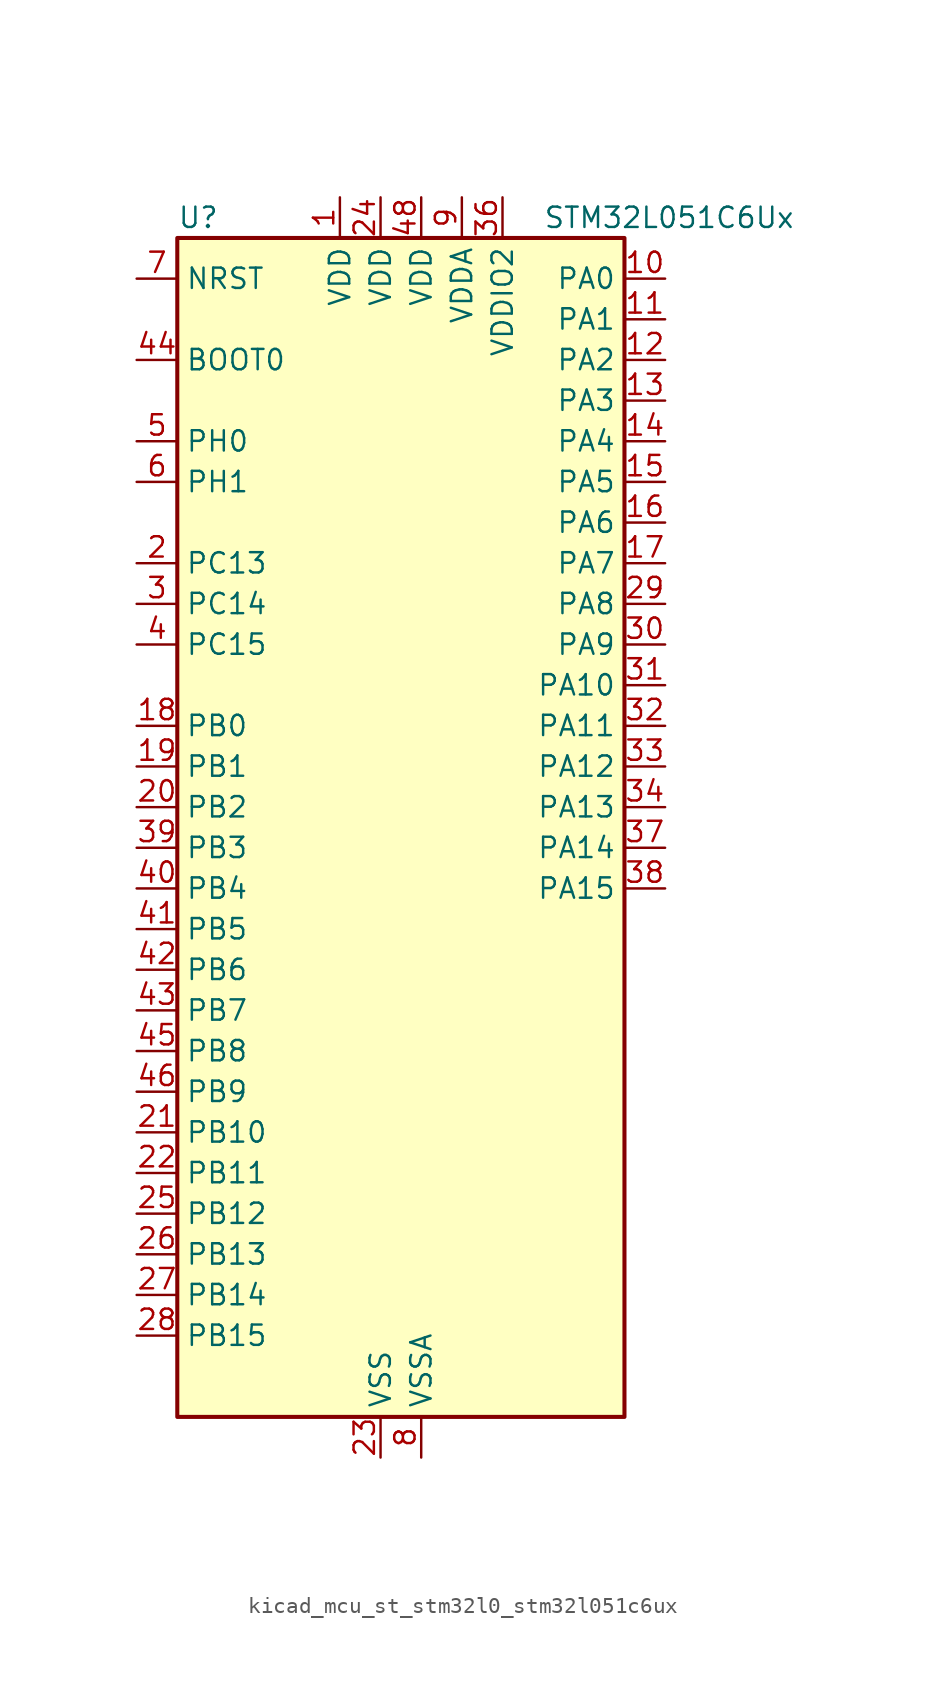
<source format=kicad_sym>
(kicad_symbol_lib
  (version 20220914)
  (generator kicad_symbol_editor)
  (symbol "kicad_mcu_st_stm32l0_stm32l051c6ux"
    (property "Reference" "U"
      (at -12.7 39.37 0)
      (effects (font (size 1.27 1.27)) (justify left)))
    (property "Value" "STM32L051C6Ux"
      (at 10.16 39.37 0)
      (effects (font (size 1.27 1.27)) (justify left)))
    (property "ki_locked" ""
      (at 0 0 0)
      (effects (font (size 1.27 1.27))))
    (symbol "kicad_mcu_st_stm32l0_stm32l051c6ux_0_1"
      (rectangle (start -12.7 -35.56) (end 15.24 38.1) (stroke (width 0.254) (type default)) (fill (type background))))
    (symbol "kicad_mcu_st_stm32l0_stm32l051c6ux_1_1"
      (pin power_in line (at -2.54 40.64 270) (length 2.54) (name "VDD" (effects (font (size 1.27 1.27)))) (number "1" (effects (font (size 1.27 1.27)))))
      (pin bidirectional line (at 17.78 35.56 180) (length 2.54) (name "PA0" (effects (font (size 1.27 1.27)))) (number "10" (effects (font (size 1.27 1.27)))) (alternate "ADC_IN0" bidirectional line) (alternate "COMP1_INM" bidirectional line) (alternate "COMP1_OUT" bidirectional line) (alternate "RTC_TAMP2" bidirectional line) (alternate "SYS_WKUP1" bidirectional line) (alternate "TIM2_CH1" bidirectional line) (alternate "TIM2_ETR" bidirectional line) (alternate "USART2_CTS" bidirectional line))
      (pin bidirectional line (at 17.78 33.02 180) (length 2.54) (name "PA1" (effects (font (size 1.27 1.27)))) (number "11" (effects (font (size 1.27 1.27)))) (alternate "ADC_IN1" bidirectional line) (alternate "COMP1_INP" bidirectional line) (alternate "TIM21_ETR" bidirectional line) (alternate "TIM2_CH2" bidirectional line) (alternate "USART2_DE" bidirectional line) (alternate "USART2_RTS" bidirectional line))
      (pin bidirectional line (at 17.78 30.48 180) (length 2.54) (name "PA2" (effects (font (size 1.27 1.27)))) (number "12" (effects (font (size 1.27 1.27)))) (alternate "ADC_IN2" bidirectional line) (alternate "COMP2_INM" bidirectional line) (alternate "COMP2_OUT" bidirectional line) (alternate "TIM21_CH1" bidirectional line) (alternate "TIM2_CH3" bidirectional line) (alternate "USART2_TX" bidirectional line))
      (pin bidirectional line (at 17.78 27.94 180) (length 2.54) (name "PA3" (effects (font (size 1.27 1.27)))) (number "13" (effects (font (size 1.27 1.27)))) (alternate "ADC_IN3" bidirectional line) (alternate "COMP2_INP" bidirectional line) (alternate "TIM21_CH2" bidirectional line) (alternate "TIM2_CH4" bidirectional line) (alternate "USART2_RX" bidirectional line))
      (pin bidirectional line (at 17.78 25.4 180) (length 2.54) (name "PA4" (effects (font (size 1.27 1.27)))) (number "14" (effects (font (size 1.27 1.27)))) (alternate "ADC_IN4" bidirectional line) (alternate "COMP1_INM" bidirectional line) (alternate "COMP2_INM" bidirectional line) (alternate "SPI1_NSS" bidirectional line) (alternate "TIM22_ETR" bidirectional line) (alternate "USART2_CK" bidirectional line))
      (pin bidirectional line (at 17.78 22.86 180) (length 2.54) (name "PA5" (effects (font (size 1.27 1.27)))) (number "15" (effects (font (size 1.27 1.27)))) (alternate "ADC_IN5" bidirectional line) (alternate "COMP1_INM" bidirectional line) (alternate "COMP2_INM" bidirectional line) (alternate "SPI1_SCK" bidirectional line) (alternate "TIM2_CH1" bidirectional line) (alternate "TIM2_ETR" bidirectional line))
      (pin bidirectional line (at 17.78 20.32 180) (length 2.54) (name "PA6" (effects (font (size 1.27 1.27)))) (number "16" (effects (font (size 1.27 1.27)))) (alternate "ADC_IN6" bidirectional line) (alternate "COMP1_OUT" bidirectional line) (alternate "LPUART1_CTS" bidirectional line) (alternate "SPI1_MISO" bidirectional line) (alternate "TIM22_CH1" bidirectional line))
      (pin bidirectional line (at 17.78 17.78 180) (length 2.54) (name "PA7" (effects (font (size 1.27 1.27)))) (number "17" (effects (font (size 1.27 1.27)))) (alternate "ADC_IN7" bidirectional line) (alternate "COMP2_OUT" bidirectional line) (alternate "SPI1_MOSI" bidirectional line) (alternate "TIM22_CH2" bidirectional line))
      (pin bidirectional line (at -15.24 7.62 0) (length 2.54) (name "PB0" (effects (font (size 1.27 1.27)))) (number "18" (effects (font (size 1.27 1.27)))) (alternate "ADC_IN8" bidirectional line) (alternate "SYS_VREF_OUT_PB0" bidirectional line))
      (pin bidirectional line (at -15.24 5.08 0) (length 2.54) (name "PB1" (effects (font (size 1.27 1.27)))) (number "19" (effects (font (size 1.27 1.27)))) (alternate "ADC_IN9" bidirectional line) (alternate "LPUART1_DE" bidirectional line) (alternate "LPUART1_RTS" bidirectional line) (alternate "SYS_VREF_OUT_PB1" bidirectional line))
      (pin bidirectional line (at -15.24 17.78 0) (length 2.54) (name "PC13" (effects (font (size 1.27 1.27)))) (number "2" (effects (font (size 1.27 1.27)))) (alternate "RTC_OUT_ALARM" bidirectional line) (alternate "RTC_OUT_CALIB" bidirectional line) (alternate "RTC_TAMP1" bidirectional line) (alternate "RTC_TS" bidirectional line) (alternate "SYS_WKUP2" bidirectional line))
      (pin bidirectional line (at -15.24 2.54 0) (length 2.54) (name "PB2" (effects (font (size 1.27 1.27)))) (number "20" (effects (font (size 1.27 1.27)))) (alternate "LPTIM1_OUT" bidirectional line))
      (pin bidirectional line (at -15.24 -17.78 0) (length 2.54) (name "PB10" (effects (font (size 1.27 1.27)))) (number "21" (effects (font (size 1.27 1.27)))) (alternate "I2C2_SCL" bidirectional line) (alternate "LPUART1_TX" bidirectional line) (alternate "SPI2_SCK" bidirectional line) (alternate "TIM2_CH3" bidirectional line))
      (pin bidirectional line (at -15.24 -20.32 0) (length 2.54) (name "PB11" (effects (font (size 1.27 1.27)))) (number "22" (effects (font (size 1.27 1.27)))) (alternate "ADC_EXTI11" bidirectional line) (alternate "I2C2_SDA" bidirectional line) (alternate "LPUART1_RX" bidirectional line) (alternate "TIM2_CH4" bidirectional line))
      (pin power_in line (at 0 -38.1 90) (length 2.54) (name "VSS" (effects (font (size 1.27 1.27)))) (number "23" (effects (font (size 1.27 1.27)))))
      (pin power_in line (at 0 40.64 270) (length 2.54) (name "VDD" (effects (font (size 1.27 1.27)))) (number "24" (effects (font (size 1.27 1.27)))))
      (pin bidirectional line (at -15.24 -22.86 0) (length 2.54) (name "PB12" (effects (font (size 1.27 1.27)))) (number "25" (effects (font (size 1.27 1.27)))) (alternate "I2S2_WS" bidirectional line) (alternate "LPUART1_DE" bidirectional line) (alternate "LPUART1_RTS" bidirectional line) (alternate "SPI2_NSS" bidirectional line))
      (pin bidirectional line (at -15.24 -25.4 0) (length 2.54) (name "PB13" (effects (font (size 1.27 1.27)))) (number "26" (effects (font (size 1.27 1.27)))) (alternate "I2C2_SCL" bidirectional line) (alternate "I2S2_CK" bidirectional line) (alternate "LPUART1_CTS" bidirectional line) (alternate "SPI2_SCK" bidirectional line) (alternate "TIM21_CH1" bidirectional line))
      (pin bidirectional line (at -15.24 -27.94 0) (length 2.54) (name "PB14" (effects (font (size 1.27 1.27)))) (number "27" (effects (font (size 1.27 1.27)))) (alternate "I2C2_SDA" bidirectional line) (alternate "I2S2_MCK" bidirectional line) (alternate "LPUART1_DE" bidirectional line) (alternate "LPUART1_RTS" bidirectional line) (alternate "RTC_OUT_ALARM" bidirectional line) (alternate "RTC_OUT_CALIB" bidirectional line) (alternate "SPI2_MISO" bidirectional line) (alternate "TIM21_CH2" bidirectional line))
      (pin bidirectional line (at -15.24 -30.48 0) (length 2.54) (name "PB15" (effects (font (size 1.27 1.27)))) (number "28" (effects (font (size 1.27 1.27)))) (alternate "I2S2_SD" bidirectional line) (alternate "RTC_REFIN" bidirectional line) (alternate "SPI2_MOSI" bidirectional line))
      (pin bidirectional line (at 17.78 15.24 180) (length 2.54) (name "PA8" (effects (font (size 1.27 1.27)))) (number "29" (effects (font (size 1.27 1.27)))) (alternate "RCC_MCO" bidirectional line) (alternate "USART1_CK" bidirectional line))
      (pin bidirectional line (at -15.24 15.24 0) (length 2.54) (name "PC14" (effects (font (size 1.27 1.27)))) (number "3" (effects (font (size 1.27 1.27)))) (alternate "RCC_OSC32_IN" bidirectional line))
      (pin bidirectional line (at 17.78 12.7 180) (length 2.54) (name "PA9" (effects (font (size 1.27 1.27)))) (number "30" (effects (font (size 1.27 1.27)))) (alternate "RCC_MCO" bidirectional line) (alternate "USART1_TX" bidirectional line))
      (pin bidirectional line (at 17.78 10.16 180) (length 2.54) (name "PA10" (effects (font (size 1.27 1.27)))) (number "31" (effects (font (size 1.27 1.27)))) (alternate "USART1_RX" bidirectional line))
      (pin bidirectional line (at 17.78 7.62 180) (length 2.54) (name "PA11" (effects (font (size 1.27 1.27)))) (number "32" (effects (font (size 1.27 1.27)))) (alternate "ADC_EXTI11" bidirectional line) (alternate "COMP1_OUT" bidirectional line) (alternate "SPI1_MISO" bidirectional line) (alternate "USART1_CTS" bidirectional line))
      (pin bidirectional line (at 17.78 5.08 180) (length 2.54) (name "PA12" (effects (font (size 1.27 1.27)))) (number "33" (effects (font (size 1.27 1.27)))) (alternate "COMP2_OUT" bidirectional line) (alternate "SPI1_MOSI" bidirectional line) (alternate "USART1_DE" bidirectional line) (alternate "USART1_RTS" bidirectional line))
      (pin bidirectional line (at 17.78 2.54 180) (length 2.54) (name "PA13" (effects (font (size 1.27 1.27)))) (number "34" (effects (font (size 1.27 1.27)))) (alternate "SYS_SWDIO" bidirectional line))
      (pin passive line (at 0 -38.1 90) (length 2.54) hide (name "VSS" (effects (font (size 1.27 1.27)))) (number "35" (effects (font (size 1.27 1.27)))))
      (pin power_in line (at 7.62 40.64 270) (length 2.54) (name "VDDIO2" (effects (font (size 1.27 1.27)))) (number "36" (effects (font (size 1.27 1.27)))))
      (pin bidirectional line (at 17.78 0 180) (length 2.54) (name "PA14" (effects (font (size 1.27 1.27)))) (number "37" (effects (font (size 1.27 1.27)))) (alternate "SYS_SWCLK" bidirectional line) (alternate "USART2_TX" bidirectional line))
      (pin bidirectional line (at 17.78 -2.54 180) (length 2.54) (name "PA15" (effects (font (size 1.27 1.27)))) (number "38" (effects (font (size 1.27 1.27)))) (alternate "SPI1_NSS" bidirectional line) (alternate "TIM2_CH1" bidirectional line) (alternate "TIM2_ETR" bidirectional line) (alternate "USART2_RX" bidirectional line))
      (pin bidirectional line (at -15.24 0 0) (length 2.54) (name "PB3" (effects (font (size 1.27 1.27)))) (number "39" (effects (font (size 1.27 1.27)))) (alternate "COMP2_INM" bidirectional line) (alternate "SPI1_SCK" bidirectional line) (alternate "TIM2_CH2" bidirectional line))
      (pin bidirectional line (at -15.24 12.7 0) (length 2.54) (name "PC15" (effects (font (size 1.27 1.27)))) (number "4" (effects (font (size 1.27 1.27)))) (alternate "RCC_OSC32_OUT" bidirectional line))
      (pin bidirectional line (at -15.24 -2.54 0) (length 2.54) (name "PB4" (effects (font (size 1.27 1.27)))) (number "40" (effects (font (size 1.27 1.27)))) (alternate "COMP2_INP" bidirectional line) (alternate "SPI1_MISO" bidirectional line) (alternate "TIM22_CH1" bidirectional line))
      (pin bidirectional line (at -15.24 -5.08 0) (length 2.54) (name "PB5" (effects (font (size 1.27 1.27)))) (number "41" (effects (font (size 1.27 1.27)))) (alternate "COMP2_INP" bidirectional line) (alternate "I2C1_SMBA" bidirectional line) (alternate "LPTIM1_IN1" bidirectional line) (alternate "SPI1_MOSI" bidirectional line) (alternate "TIM22_CH2" bidirectional line))
      (pin bidirectional line (at -15.24 -7.62 0) (length 2.54) (name "PB6" (effects (font (size 1.27 1.27)))) (number "42" (effects (font (size 1.27 1.27)))) (alternate "COMP2_INP" bidirectional line) (alternate "I2C1_SCL" bidirectional line) (alternate "LPTIM1_ETR" bidirectional line) (alternate "USART1_TX" bidirectional line))
      (pin bidirectional line (at -15.24 -10.16 0) (length 2.54) (name "PB7" (effects (font (size 1.27 1.27)))) (number "43" (effects (font (size 1.27 1.27)))) (alternate "COMP2_INP" bidirectional line) (alternate "I2C1_SDA" bidirectional line) (alternate "LPTIM1_IN2" bidirectional line) (alternate "SYS_PVD_IN" bidirectional line) (alternate "USART1_RX" bidirectional line))
      (pin input line (at -15.24 30.48 0) (length 2.54) (name "BOOT0" (effects (font (size 1.27 1.27)))) (number "44" (effects (font (size 1.27 1.27)))))
      (pin bidirectional line (at -15.24 -12.7 0) (length 2.54) (name "PB8" (effects (font (size 1.27 1.27)))) (number "45" (effects (font (size 1.27 1.27)))) (alternate "I2C1_SCL" bidirectional line))
      (pin bidirectional line (at -15.24 -15.24 0) (length 2.54) (name "PB9" (effects (font (size 1.27 1.27)))) (number "46" (effects (font (size 1.27 1.27)))) (alternate "I2C1_SDA" bidirectional line) (alternate "I2S2_WS" bidirectional line) (alternate "SPI2_NSS" bidirectional line))
      (pin passive line (at 0 -38.1 90) (length 2.54) hide (name "VSS" (effects (font (size 1.27 1.27)))) (number "47" (effects (font (size 1.27 1.27)))))
      (pin power_in line (at 2.54 40.64 270) (length 2.54) (name "VDD" (effects (font (size 1.27 1.27)))) (number "48" (effects (font (size 1.27 1.27)))))
      (pin passive line (at 0 -38.1 90) (length 2.54) hide (name "VSS" (effects (font (size 1.27 1.27)))) (number "49" (effects (font (size 1.27 1.27)))))
      (pin bidirectional line (at -15.24 25.4 0) (length 2.54) (name "PH0" (effects (font (size 1.27 1.27)))) (number "5" (effects (font (size 1.27 1.27)))) (alternate "RCC_OSC_IN" bidirectional line))
      (pin bidirectional line (at -15.24 22.86 0) (length 2.54) (name "PH1" (effects (font (size 1.27 1.27)))) (number "6" (effects (font (size 1.27 1.27)))) (alternate "RCC_OSC_OUT" bidirectional line))
      (pin input line (at -15.24 35.56 0) (length 2.54) (name "NRST" (effects (font (size 1.27 1.27)))) (number "7" (effects (font (size 1.27 1.27)))))
      (pin power_in line (at 2.54 -38.1 90) (length 2.54) (name "VSSA" (effects (font (size 1.27 1.27)))) (number "8" (effects (font (size 1.27 1.27)))))
      (pin power_in line (at 5.08 40.64 270) (length 2.54) (name "VDDA" (effects (font (size 1.27 1.27)))) (number "9" (effects (font (size 1.27 1.27))))))))
</source>
